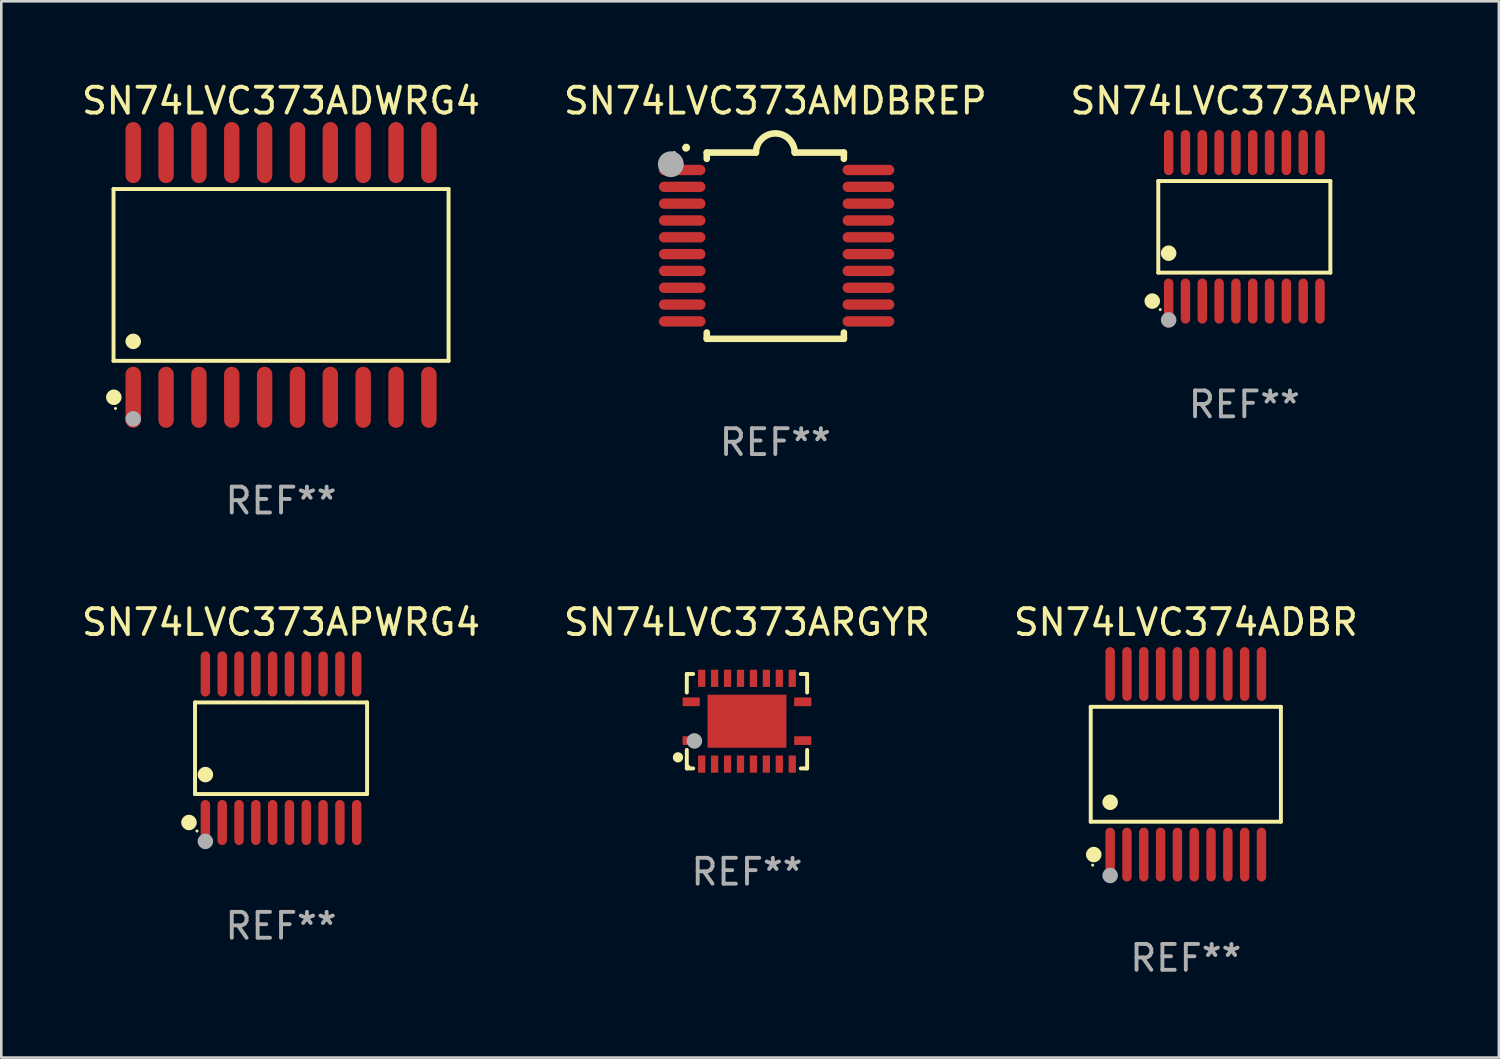
<source format=kicad_pcb>
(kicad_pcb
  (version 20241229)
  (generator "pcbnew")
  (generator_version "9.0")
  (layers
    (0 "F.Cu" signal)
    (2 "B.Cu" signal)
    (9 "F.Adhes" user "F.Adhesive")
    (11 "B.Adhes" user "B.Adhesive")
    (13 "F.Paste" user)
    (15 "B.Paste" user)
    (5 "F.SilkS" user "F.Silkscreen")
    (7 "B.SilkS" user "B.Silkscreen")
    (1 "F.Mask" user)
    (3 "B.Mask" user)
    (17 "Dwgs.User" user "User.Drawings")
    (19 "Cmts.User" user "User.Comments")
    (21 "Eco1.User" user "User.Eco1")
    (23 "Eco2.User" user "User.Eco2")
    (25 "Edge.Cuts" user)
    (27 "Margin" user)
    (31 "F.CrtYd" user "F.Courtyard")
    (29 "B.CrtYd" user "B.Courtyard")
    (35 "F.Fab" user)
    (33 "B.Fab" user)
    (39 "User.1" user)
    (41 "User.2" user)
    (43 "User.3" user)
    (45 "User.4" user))
  (footprint "SN74LVC373ADWRG4"
    (layer "F.Cu")
    (at 7.815 7.578)
    (property "Reference" "SN74LVC373ADWRG4" (at 0 -6.73 0) (layer "F.SilkS") (effects (font (size 1 1) (thickness 0.15))))
    (attr through_hole)
    (fp_line (start -6.476 -3.321) (end 6.476 -3.321) (stroke (width 0.152) (type solid)) (layer "F.SilkS"))
    (fp_line (start -6.476 3.321) (end -6.476 -3.321) (stroke (width 0.152) (type solid)) (layer "F.SilkS"))
    (fp_line (start 6.476 -3.321) (end 6.476 3.321) (stroke (width 0.152) (type solid)) (layer "F.SilkS"))
    (fp_line (start 6.476 3.321) (end -6.476 3.321) (stroke (width 0.152) (type solid)) (layer "F.SilkS"))
    (fp_circle (center -6.465 4.73) (end -6.315 4.73) (stroke (width 0.3) (type solid)) (fill no) (layer "F.SilkS"))
    (fp_circle (center -6.4 5.163) (end -6.37 5.163) (stroke (width 0.06) (type solid)) (fill no) (layer "F.SilkS"))
    (fp_circle (center -5.715 2.569) (end -5.565 2.569) (stroke (width 0.3) (type solid)) (fill no) (layer "F.SilkS"))
    (fp_circle (center -5.715 5.563) (end -5.565 5.563) (stroke (width 0.3) (type solid)) (fill no) (layer "F.Fab"))
    (fp_text user "REF**" (at 0 8.73 0) (layer "F.Fab") (effects (font (size 1 1) (thickness 0.15))))
    (pad "1" smd oval (at -5.715 4.73) (size 0.595 2.36) (layers "F.Cu" "F.Mask" "F.Paste"))
    (pad "2" smd oval (at -4.445 4.73) (size 0.595 2.36) (layers "F.Cu" "F.Mask" "F.Paste"))
    (pad "3" smd oval (at -3.175 4.73) (size 0.595 2.36) (layers "F.Cu" "F.Mask" "F.Paste"))
    (pad "4" smd oval (at -1.905 4.73) (size 0.595 2.36) (layers "F.Cu" "F.Mask" "F.Paste"))
    (pad "5" smd oval (at -0.635 4.73) (size 0.595 2.36) (layers "F.Cu" "F.Mask" "F.Paste"))
    (pad "6" smd oval (at 0.635 4.73) (size 0.595 2.36) (layers "F.Cu" "F.Mask" "F.Paste"))
    (pad "7" smd oval (at 1.905 4.73) (size 0.595 2.36) (layers "F.Cu" "F.Mask" "F.Paste"))
    (pad "8" smd oval (at 3.175 4.73) (size 0.595 2.36) (layers "F.Cu" "F.Mask" "F.Paste"))
    (pad "9" smd oval (at 4.445 4.73) (size 0.595 2.36) (layers "F.Cu" "F.Mask" "F.Paste"))
    (pad "10" smd oval (at 5.715 4.73) (size 0.595 2.36) (layers "F.Cu" "F.Mask" "F.Paste"))
    (pad "11" smd oval (at 5.715 -4.73) (size 0.595 2.36) (layers "F.Cu" "F.Mask" "F.Paste"))
    (pad "12" smd oval (at 4.445 -4.73) (size 0.595 2.36) (layers "F.Cu" "F.Mask" "F.Paste"))
    (pad "13" smd oval (at 3.175 -4.73) (size 0.595 2.36) (layers "F.Cu" "F.Mask" "F.Paste"))
    (pad "14" smd oval (at 1.905 -4.73) (size 0.595 2.36) (layers "F.Cu" "F.Mask" "F.Paste"))
    (pad "15" smd oval (at 0.635 -4.73) (size 0.595 2.36) (layers "F.Cu" "F.Mask" "F.Paste"))
    (pad "16" smd oval (at -0.635 -4.73) (size 0.595 2.36) (layers "F.Cu" "F.Mask" "F.Paste"))
    (pad "17" smd oval (at -1.905 -4.73) (size 0.595 2.36) (layers "F.Cu" "F.Mask" "F.Paste"))
    (pad "18" smd oval (at -3.175 -4.73) (size 0.595 2.36) (layers "F.Cu" "F.Mask" "F.Paste"))
    (pad "19" smd oval (at -4.445 -4.73) (size 0.595 2.36) (layers "F.Cu" "F.Mask" "F.Paste"))
    (pad "20" smd oval (at -5.715 -4.73) (size 0.595 2.36) (layers "F.Cu" "F.Mask" "F.Paste")))
  (footprint "SN74LVC373APWR"
    (layer "F.Cu")
    (at 45.054 5.719)
    (property "Reference" "SN74LVC373APWR" (at 0 -4.871 0) (layer "F.SilkS") (effects (font (size 1 1) (thickness 0.15))))
    (attr through_hole)
    (fp_line (start -3.326 -1.771) (end 3.326 -1.771) (stroke (width 0.152) (type solid)) (layer "F.SilkS"))
    (fp_line (start -3.326 1.771) (end -3.326 -1.771) (stroke (width 0.152) (type solid)) (layer "F.SilkS"))
    (fp_line (start 3.326 -1.771) (end 3.326 1.771) (stroke (width 0.152) (type solid)) (layer "F.SilkS"))
    (fp_line (start 3.326 1.771) (end -3.326 1.771) (stroke (width 0.152) (type solid)) (layer "F.SilkS"))
    (fp_circle (center -3.559 2.871) (end -3.409 2.871) (stroke (width 0.3) (type solid)) (fill no) (layer "F.SilkS"))
    (fp_circle (center -3.25 3.2) (end -3.22 3.2) (stroke (width 0.06) (type solid)) (fill no) (layer "F.SilkS"))
    (fp_circle (center -2.925 1.019) (end -2.775 1.019) (stroke (width 0.3) (type solid)) (fill no) (layer "F.SilkS"))
    (fp_circle (center -2.925 3.6) (end -2.775 3.6) (stroke (width 0.3) (type solid)) (fill no) (layer "F.Fab"))
    (fp_text user "REF**" (at 0 6.871 0) (layer "F.Fab") (effects (font (size 1 1) (thickness 0.15))))
    (pad "1" smd oval (at -2.925 2.871) (size 0.364 1.742) (layers "F.Cu" "F.Mask" "F.Paste"))
    (pad "2" smd oval (at -2.275 2.871) (size 0.364 1.742) (layers "F.Cu" "F.Mask" "F.Paste"))
    (pad "3" smd oval (at -1.625 2.871) (size 0.364 1.742) (layers "F.Cu" "F.Mask" "F.Paste"))
    (pad "4" smd oval (at -0.975 2.871) (size 0.364 1.742) (layers "F.Cu" "F.Mask" "F.Paste"))
    (pad "5" smd oval (at -0.325 2.871) (size 0.364 1.742) (layers "F.Cu" "F.Mask" "F.Paste"))
    (pad "6" smd oval (at 0.325 2.871) (size 0.364 1.742) (layers "F.Cu" "F.Mask" "F.Paste"))
    (pad "7" smd oval (at 0.975 2.871) (size 0.364 1.742) (layers "F.Cu" "F.Mask" "F.Paste"))
    (pad "8" smd oval (at 1.625 2.871) (size 0.364 1.742) (layers "F.Cu" "F.Mask" "F.Paste"))
    (pad "9" smd oval (at 2.275 2.871) (size 0.364 1.742) (layers "F.Cu" "F.Mask" "F.Paste"))
    (pad "10" smd oval (at 2.925 2.871) (size 0.364 1.742) (layers "F.Cu" "F.Mask" "F.Paste"))
    (pad "11" smd oval (at 2.925 -2.871) (size 0.364 1.742) (layers "F.Cu" "F.Mask" "F.Paste"))
    (pad "12" smd oval (at 2.275 -2.871) (size 0.364 1.742) (layers "F.Cu" "F.Mask" "F.Paste"))
    (pad "13" smd oval (at 1.625 -2.871) (size 0.364 1.742) (layers "F.Cu" "F.Mask" "F.Paste"))
    (pad "14" smd oval (at 0.975 -2.871) (size 0.364 1.742) (layers "F.Cu" "F.Mask" "F.Paste"))
    (pad "15" smd oval (at 0.325 -2.871) (size 0.364 1.742) (layers "F.Cu" "F.Mask" "F.Paste"))
    (pad "16" smd oval (at -0.325 -2.871) (size 0.364 1.742) (layers "F.Cu" "F.Mask" "F.Paste"))
    (pad "17" smd oval (at -0.975 -2.871) (size 0.364 1.742) (layers "F.Cu" "F.Mask" "F.Paste"))
    (pad "18" smd oval (at -1.625 -2.871) (size 0.364 1.742) (layers "F.Cu" "F.Mask" "F.Paste"))
    (pad "19" smd oval (at -2.275 -2.871) (size 0.364 1.742) (layers "F.Cu" "F.Mask" "F.Paste"))
    (pad "20" smd oval (at -2.925 -2.871) (size 0.364 1.742) (layers "F.Cu" "F.Mask" "F.Paste")))
  (footprint "SN74LVC373APWRG4"
    (layer "F.Cu")
    (at 7.815 25.876)
    (property "Reference" "SN74LVC373APWRG4" (at 0 -4.871 0) (layer "F.SilkS") (effects (font (size 1 1) (thickness 0.15))))
    (attr through_hole)
    (fp_line (start -3.326 -1.771) (end 3.326 -1.771) (stroke (width 0.152) (type solid)) (layer "F.SilkS"))
    (fp_line (start -3.326 1.771) (end -3.326 -1.771) (stroke (width 0.152) (type solid)) (layer "F.SilkS"))
    (fp_line (start 3.326 -1.771) (end 3.326 1.771) (stroke (width 0.152) (type solid)) (layer "F.SilkS"))
    (fp_line (start 3.326 1.771) (end -3.326 1.771) (stroke (width 0.152) (type solid)) (layer "F.SilkS"))
    (fp_circle (center -3.559 2.871) (end -3.409 2.871) (stroke (width 0.3) (type solid)) (fill no) (layer "F.SilkS"))
    (fp_circle (center -3.25 3.2) (end -3.22 3.2) (stroke (width 0.06) (type solid)) (fill no) (layer "F.SilkS"))
    (fp_circle (center -2.925 1.019) (end -2.775 1.019) (stroke (width 0.3) (type solid)) (fill no) (layer "F.SilkS"))
    (fp_circle (center -2.925 3.6) (end -2.775 3.6) (stroke (width 0.3) (type solid)) (fill no) (layer "F.Fab"))
    (fp_text user "REF**" (at 0 6.871 0) (layer "F.Fab") (effects (font (size 1 1) (thickness 0.15))))
    (pad "1" smd oval (at -2.925 2.871) (size 0.364 1.742) (layers "F.Cu" "F.Mask" "F.Paste"))
    (pad "2" smd oval (at -2.275 2.871) (size 0.364 1.742) (layers "F.Cu" "F.Mask" "F.Paste"))
    (pad "3" smd oval (at -1.625 2.871) (size 0.364 1.742) (layers "F.Cu" "F.Mask" "F.Paste"))
    (pad "4" smd oval (at -0.975 2.871) (size 0.364 1.742) (layers "F.Cu" "F.Mask" "F.Paste"))
    (pad "5" smd oval (at -0.325 2.871) (size 0.364 1.742) (layers "F.Cu" "F.Mask" "F.Paste"))
    (pad "6" smd oval (at 0.325 2.871) (size 0.364 1.742) (layers "F.Cu" "F.Mask" "F.Paste"))
    (pad "7" smd oval (at 0.975 2.871) (size 0.364 1.742) (layers "F.Cu" "F.Mask" "F.Paste"))
    (pad "8" smd oval (at 1.625 2.871) (size 0.364 1.742) (layers "F.Cu" "F.Mask" "F.Paste"))
    (pad "9" smd oval (at 2.275 2.871) (size 0.364 1.742) (layers "F.Cu" "F.Mask" "F.Paste"))
    (pad "10" smd oval (at 2.925 2.871) (size 0.364 1.742) (layers "F.Cu" "F.Mask" "F.Paste"))
    (pad "11" smd oval (at 2.925 -2.871) (size 0.364 1.742) (layers "F.Cu" "F.Mask" "F.Paste"))
    (pad "12" smd oval (at 2.275 -2.871) (size 0.364 1.742) (layers "F.Cu" "F.Mask" "F.Paste"))
    (pad "13" smd oval (at 1.625 -2.871) (size 0.364 1.742) (layers "F.Cu" "F.Mask" "F.Paste"))
    (pad "14" smd oval (at 0.975 -2.871) (size 0.364 1.742) (layers "F.Cu" "F.Mask" "F.Paste"))
    (pad "15" smd oval (at 0.325 -2.871) (size 0.364 1.742) (layers "F.Cu" "F.Mask" "F.Paste"))
    (pad "16" smd oval (at -0.325 -2.871) (size 0.364 1.742) (layers "F.Cu" "F.Mask" "F.Paste"))
    (pad "17" smd oval (at -0.975 -2.871) (size 0.364 1.742) (layers "F.Cu" "F.Mask" "F.Paste"))
    (pad "18" smd oval (at -1.625 -2.871) (size 0.364 1.742) (layers "F.Cu" "F.Mask" "F.Paste"))
    (pad "19" smd oval (at -2.275 -2.871) (size 0.364 1.742) (layers "F.Cu" "F.Mask" "F.Paste"))
    (pad "20" smd oval (at -2.925 -2.871) (size 0.364 1.742) (layers "F.Cu" "F.Mask" "F.Paste")))
  (footprint "SN74LVC374ADBR"
    (layer "F.Cu")
    (at 42.792 26.496)
    (property "Reference" "SN74LVC374ADBR" (at 0 -5.491 0) (layer "F.SilkS") (effects (font (size 1 1) (thickness 0.15))))
    (attr through_hole)
    (fp_line (start -3.676 -2.221) (end 3.676 -2.221) (stroke (width 0.152) (type solid)) (layer "F.SilkS"))
    (fp_line (start -3.676 2.221) (end -3.676 -2.221) (stroke (width 0.152) (type solid)) (layer "F.SilkS"))
    (fp_line (start 3.676 -2.221) (end 3.676 2.221) (stroke (width 0.152) (type solid)) (layer "F.SilkS"))
    (fp_line (start 3.676 2.221) (end -3.676 2.221) (stroke (width 0.152) (type solid)) (layer "F.SilkS"))
    (fp_circle (center -3.6 3.9) (end -3.57 3.9) (stroke (width 0.06) (type solid)) (fill no) (layer "F.SilkS"))
    (fp_circle (center -3.559 3.491) (end -3.409 3.491) (stroke (width 0.3) (type solid)) (fill no) (layer "F.SilkS"))
    (fp_circle (center -2.925 1.469) (end -2.775 1.469) (stroke (width 0.3) (type solid)) (fill no) (layer "F.SilkS"))
    (fp_circle (center -2.925 4.3) (end -2.775 4.3) (stroke (width 0.3) (type solid)) (fill no) (layer "F.Fab"))
    (fp_text user "REF**" (at 0 7.491 0) (layer "F.Fab") (effects (font (size 1 1) (thickness 0.15))))
    (pad "1" smd oval (at -2.925 3.491) (size 0.364 2.082) (layers "F.Cu" "F.Mask" "F.Paste"))
    (pad "2" smd oval (at -2.275 3.491) (size 0.364 2.082) (layers "F.Cu" "F.Mask" "F.Paste"))
    (pad "3" smd oval (at -1.625 3.491) (size 0.364 2.082) (layers "F.Cu" "F.Mask" "F.Paste"))
    (pad "4" smd oval (at -0.975 3.491) (size 0.364 2.082) (layers "F.Cu" "F.Mask" "F.Paste"))
    (pad "5" smd oval (at -0.325 3.491) (size 0.364 2.082) (layers "F.Cu" "F.Mask" "F.Paste"))
    (pad "6" smd oval (at 0.325 3.491) (size 0.364 2.082) (layers "F.Cu" "F.Mask" "F.Paste"))
    (pad "7" smd oval (at 0.975 3.491) (size 0.364 2.082) (layers "F.Cu" "F.Mask" "F.Paste"))
    (pad "8" smd oval (at 1.625 3.491) (size 0.364 2.082) (layers "F.Cu" "F.Mask" "F.Paste"))
    (pad "9" smd oval (at 2.275 3.491) (size 0.364 2.082) (layers "F.Cu" "F.Mask" "F.Paste"))
    (pad "10" smd oval (at 2.925 3.491) (size 0.364 2.082) (layers "F.Cu" "F.Mask" "F.Paste"))
    (pad "11" smd oval (at 2.925 -3.491) (size 0.364 2.082) (layers "F.Cu" "F.Mask" "F.Paste"))
    (pad "12" smd oval (at 2.275 -3.491) (size 0.364 2.082) (layers "F.Cu" "F.Mask" "F.Paste"))
    (pad "13" smd oval (at 1.625 -3.491) (size 0.364 2.082) (layers "F.Cu" "F.Mask" "F.Paste"))
    (pad "14" smd oval (at 0.975 -3.491) (size 0.364 2.082) (layers "F.Cu" "F.Mask" "F.Paste"))
    (pad "15" smd oval (at 0.325 -3.491) (size 0.364 2.082) (layers "F.Cu" "F.Mask" "F.Paste"))
    (pad "16" smd oval (at -0.325 -3.491) (size 0.364 2.082) (layers "F.Cu" "F.Mask" "F.Paste"))
    (pad "17" smd oval (at -0.975 -3.491) (size 0.364 2.082) (layers "F.Cu" "F.Mask" "F.Paste"))
    (pad "18" smd oval (at -1.625 -3.491) (size 0.364 2.082) (layers "F.Cu" "F.Mask" "F.Paste"))
    (pad "19" smd oval (at -2.275 -3.491) (size 0.364 2.082) (layers "F.Cu" "F.Mask" "F.Paste"))
    (pad "20" smd oval (at -2.925 -3.491) (size 0.364 2.082) (layers "F.Cu" "F.Mask" "F.Paste")))
  (footprint "SN74LVC373ARGYR"
    (layer "F.Cu")
    (at 25.827 24.831)
    (property "Reference" "SN74LVC373ARGYR" (at 0 -3.826 0) (layer "F.SilkS") (effects (font (size 1 1) (thickness 0.15))))
    (attr through_hole)
    (fp_line (start -2.326 -1.826) (end -2.08 -1.826) (stroke (width 0.152) (type solid)) (layer "F.SilkS"))
    (fp_line (start -2.326 -1.109) (end -2.326 -1.826) (stroke (width 0.152) (type solid)) (layer "F.SilkS"))
    (fp_line (start -2.326 1.109) (end -2.326 1.826) (stroke (width 0.152) (type solid)) (layer "F.SilkS"))
    (fp_line (start -2.326 1.826) (end -2.08 1.826) (stroke (width 0.152) (type solid)) (layer "F.SilkS"))
    (fp_line (start 2.326 -1.826) (end 2.08 -1.826) (stroke (width 0.152) (type solid)) (layer "F.SilkS"))
    (fp_line (start 2.326 -1.109) (end 2.326 -1.826) (stroke (width 0.152) (type solid)) (layer "F.SilkS"))
    (fp_line (start 2.326 1.109) (end 2.326 1.826) (stroke (width 0.152) (type solid)) (layer "F.SilkS"))
    (fp_line (start 2.326 1.826) (end 2.08 1.826) (stroke (width 0.152) (type solid)) (layer "F.SilkS"))
    (fp_circle (center -2.667 1.397) (end -2.567 1.397) (stroke (width 0.2) (type solid)) (fill no) (layer "F.SilkS"))
    (fp_circle (center -2.25 1.75) (end -2.22 1.75) (stroke (width 0.06) (type solid)) (fill no) (layer "F.SilkS"))
    (fp_circle (center -2.032 0.762) (end -1.882 0.762) (stroke (width 0.3) (type solid)) (fill no) (layer "F.Fab"))
    (fp_text user "REF**" (at 0 5.826 0) (layer "F.Fab") (effects (font (size 1 1) (thickness 0.15))))
    (pad "1" smd rect (at -2.157 0.75) (size 0.665 0.336) (layers "F.Cu" "F.Mask" "F.Paste"))
    (pad "2" smd rect (at -1.75 1.658) (size 0.28 0.665) (layers "F.Cu" "F.Mask" "F.Paste"))
    (pad "3" smd rect (at -1.25 1.658) (size 0.28 0.665) (layers "F.Cu" "F.Mask" "F.Paste"))
    (pad "4" smd rect (at -0.75 1.658) (size 0.28 0.665) (layers "F.Cu" "F.Mask" "F.Paste"))
    (pad "5" smd rect (at -0.25 1.658) (size 0.28 0.665) (layers "F.Cu" "F.Mask" "F.Paste"))
    (pad "6" smd rect (at 0.25 1.658) (size 0.28 0.665) (layers "F.Cu" "F.Mask" "F.Paste"))
    (pad "7" smd rect (at 0.75 1.658) (size 0.28 0.665) (layers "F.Cu" "F.Mask" "F.Paste"))
    (pad "8" smd rect (at 1.25 1.658) (size 0.28 0.665) (layers "F.Cu" "F.Mask" "F.Paste"))
    (pad "9" smd rect (at 1.75 1.658) (size 0.28 0.665) (layers "F.Cu" "F.Mask" "F.Paste"))
    (pad "10" smd rect (at 2.157 0.75) (size 0.665 0.336) (layers "F.Cu" "F.Mask" "F.Paste"))
    (pad "11" smd rect (at 2.157 -0.75) (size 0.665 0.336) (layers "F.Cu" "F.Mask" "F.Paste"))
    (pad "12" smd rect (at 1.75 -1.658) (size 0.28 0.665) (layers "F.Cu" "F.Mask" "F.Paste"))
    (pad "13" smd rect (at 1.25 -1.658) (size 0.28 0.665) (layers "F.Cu" "F.Mask" "F.Paste"))
    (pad "14" smd rect (at 0.75 -1.658) (size 0.28 0.665) (layers "F.Cu" "F.Mask" "F.Paste"))
    (pad "15" smd rect (at 0.25 -1.658) (size 0.28 0.665) (layers "F.Cu" "F.Mask" "F.Paste"))
    (pad "16" smd rect (at -0.25 -1.658) (size 0.28 0.665) (layers "F.Cu" "F.Mask" "F.Paste"))
    (pad "17" smd rect (at -0.75 -1.658) (size 0.28 0.665) (layers "F.Cu" "F.Mask" "F.Paste"))
    (pad "18" smd rect (at -1.25 -1.658) (size 0.28 0.665) (layers "F.Cu" "F.Mask" "F.Paste"))
    (pad "19" smd rect (at -1.75 -1.658) (size 0.28 0.665) (layers "F.Cu" "F.Mask" "F.Paste"))
    (pad "20" smd rect (at -2.157 -0.75) (size 0.665 0.336) (layers "F.Cu" "F.Mask" "F.Paste"))
    (pad "21" smd rect (at 0 0) (size 3.05 2.05) (layers "F.Cu" "F.Mask" "F.Paste")))
  (footprint "SN74LVC373AMDBREP"
    (layer "F.Cu")
    (at 26.923 6.448)
    (property "Reference" "SN74LVC373AMDBREP" (at 0 -5.6 0) (layer "F.SilkS") (effects (font (size 1 1) (thickness 0.15))))
    (attr through_hole)
    (fp_line (start -2.65 -3.6) (end -2.65 -3.357) (stroke (width 0.254) (type solid)) (layer "F.SilkS"))
    (fp_line (start -2.65 -3.6) (end -0.75 -3.6) (stroke (width 0.254) (type solid)) (layer "F.SilkS"))
    (fp_line (start -2.65 3.357) (end -2.65 3.6) (stroke (width 0.254) (type solid)) (layer "F.SilkS"))
    (fp_line (start 2.65 -3.6) (end 0.75 -3.6) (stroke (width 0.254) (type solid)) (layer "F.SilkS"))
    (fp_line (start 2.65 -3.6) (end 2.65 -3.357) (stroke (width 0.254) (type solid)) (layer "F.SilkS"))
    (fp_line (start 2.65 3.357) (end 2.65 3.6) (stroke (width 0.254) (type solid)) (layer "F.SilkS"))
    (fp_line (start 2.65 3.6) (end -2.65 3.6) (stroke (width 0.254) (type solid)) (layer "F.SilkS"))
    (fp_arc (start -3.454407 -3.784608) (mid -3.449499 -3.78986) (end -3.444247 -3.794768) (stroke (width 0.3) (type solid)) (layer "F.SilkS"))
    (fp_arc (start -0.749301 -3.599186) (mid -0.000051 -4.348844) (end 0.750013 -3.6) (stroke (width 0.254001) (type solid)) (layer "F.SilkS"))
    (fp_circle (center -3.9 -3.6) (end -3.87 -3.6) (stroke (width 0.06) (type solid)) (fill no) (layer "F.SilkS"))
    (fp_circle (center -4.039 -3.15) (end -3.789 -3.15) (stroke (width 0.5) (type solid)) (fill no) (layer "F.Fab"))
    (fp_text user "REF**" (at 0 7.6 0) (layer "F.Fab") (effects (font (size 1 1) (thickness 0.15))))
    (pad "1" smd oval (at -3.6 -2.926 90) (size 0.4 1.8) (layers "F.Cu" "F.Mask" "F.Paste"))
    (pad "2" smd oval (at -3.6 -2.276 90) (size 0.4 1.8) (layers "F.Cu" "F.Mask" "F.Paste"))
    (pad "3" smd oval (at -3.6 -1.626 90) (size 0.4 1.8) (layers "F.Cu" "F.Mask" "F.Paste"))
    (pad "4" smd oval (at -3.6 -0.975 90) (size 0.4 1.8) (layers "F.Cu" "F.Mask" "F.Paste"))
    (pad "5" smd oval (at -3.6 -0.325 90) (size 0.4 1.8) (layers "F.Cu" "F.Mask" "F.Paste"))
    (pad "6" smd oval (at -3.6 0.325 90) (size 0.4 1.8) (layers "F.Cu" "F.Mask" "F.Paste"))
    (pad "7" smd oval (at -3.6 0.975 90) (size 0.4 1.8) (layers "F.Cu" "F.Mask" "F.Paste"))
    (pad "8" smd oval (at -3.6 1.626 90) (size 0.4 1.8) (layers "F.Cu" "F.Mask" "F.Paste"))
    (pad "9" smd oval (at -3.6 2.276 90) (size 0.4 1.8) (layers "F.Cu" "F.Mask" "F.Paste"))
    (pad "10" smd oval (at -3.6 2.926 90) (size 0.4 1.8) (layers "F.Cu" "F.Mask" "F.Paste"))
    (pad "11" smd oval (at 3.6 2.926 90) (size 0.4 2) (layers "F.Cu" "F.Mask" "F.Paste"))
    (pad "12" smd oval (at 3.6 2.276 90) (size 0.4 2) (layers "F.Cu" "F.Mask" "F.Paste"))
    (pad "13" smd oval (at 3.6 1.626 90) (size 0.4 2) (layers "F.Cu" "F.Mask" "F.Paste"))
    (pad "14" smd oval (at 3.6 0.975 90) (size 0.4 2) (layers "F.Cu" "F.Mask" "F.Paste"))
    (pad "15" smd oval (at 3.6 0.325 90) (size 0.4 2) (layers "F.Cu" "F.Mask" "F.Paste"))
    (pad "16" smd oval (at 3.6 -0.325 90) (size 0.4 2) (layers "F.Cu" "F.Mask" "F.Paste"))
    (pad "17" smd oval (at 3.6 -0.975 90) (size 0.4 2) (layers "F.Cu" "F.Mask" "F.Paste"))
    (pad "18" smd oval (at 3.6 -1.626 90) (size 0.4 2) (layers "F.Cu" "F.Mask" "F.Paste"))
    (pad "19" smd oval (at 3.6 -2.276 90) (size 0.4 2) (layers "F.Cu" "F.Mask" "F.Paste"))
    (pad "20" smd oval (at 3.6 -2.926 90) (size 0.4 2) (layers "F.Cu" "F.Mask" "F.Paste")))
  (gr_rect
    (start -3 -3)
    (end 54.893 37.835)
    (stroke (width 0.1) (type default))
    (fill no)
    (layer "Edge.Cuts")))
</source>
